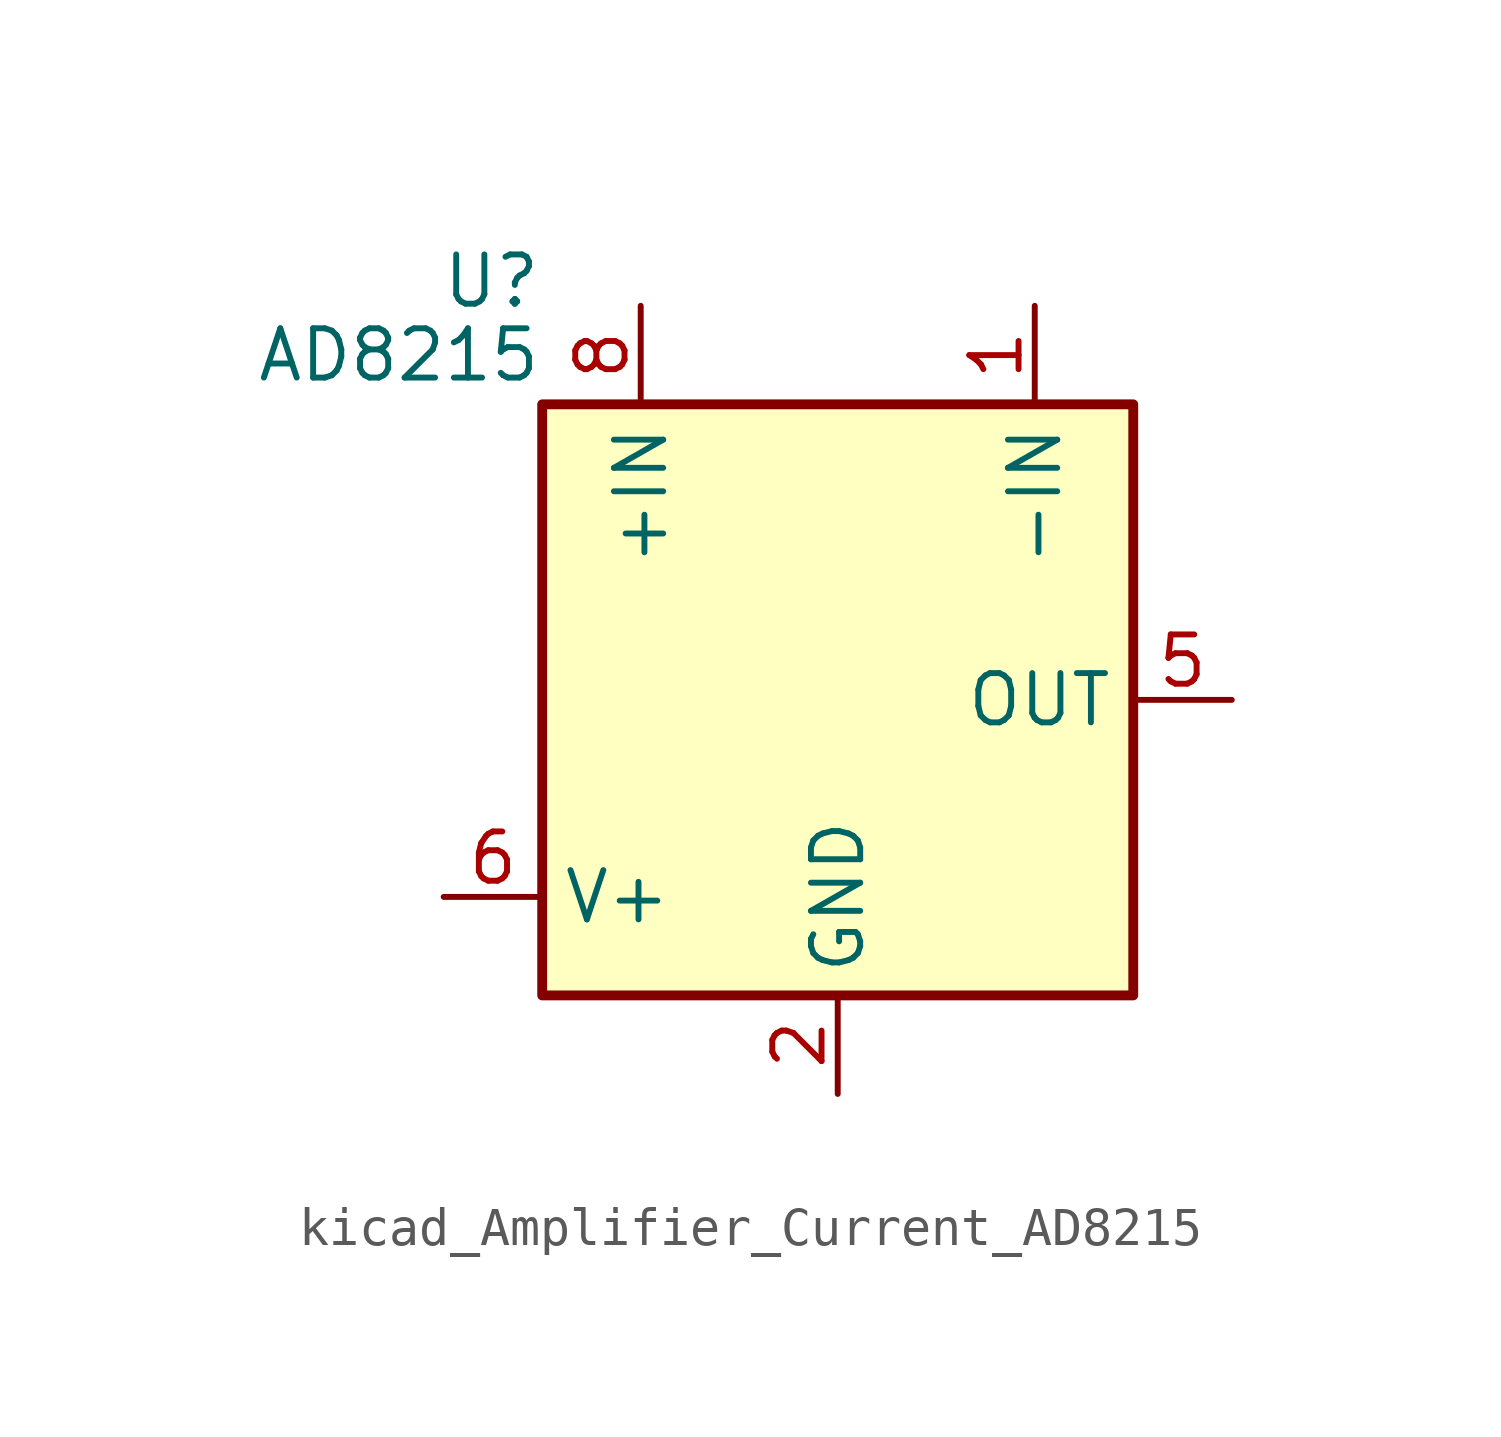
<source format=kicad_sym>
(kicad_symbol_lib
  (version 20220914)
  (generator kicad_symbol_editor)
  (symbol "kicad_Amplifier_Current_AD8215"
    (property "Reference" "U"
      (at -7.62 10.795 0)
      (effects (font (size 1.27 1.27)) (justify right)))
    (property "Value" "AD8215"
      (at -7.62 8.89 0)
      (effects (font (size 1.27 1.27)) (justify right)))
    (symbol "kicad_Amplifier_Current_AD8215_0_1"
      (rectangle (start -7.62 7.62) (end 7.62 -7.62) (stroke (width 0.254) (type default)) (fill (type background))))
    (symbol "kicad_Amplifier_Current_AD8215_1_1"
      (pin input line (at 5.08 10.16 270) (length 2.54) (name "-IN" (effects (font (size 1.27 1.27)))) (number "1" (effects (font (size 1.27 1.27)))))
      (pin power_in line (at 0 -10.16 90) (length 2.54) (name "GND" (effects (font (size 1.27 1.27)))) (number "2" (effects (font (size 1.27 1.27)))))
      (pin no_connect line (at -2.54 -7.62 90) (length 2.54) hide (name "NC" (effects (font (size 1.27 1.27)))) (number "3" (effects (font (size 1.27 1.27)))))
      (pin no_connect line (at 2.54 -7.62 90) (length 2.54) hide (name "NC" (effects (font (size 1.27 1.27)))) (number "4" (effects (font (size 1.27 1.27)))))
      (pin output line (at 10.16 0 180) (length 2.54) (name "OUT" (effects (font (size 1.27 1.27)))) (number "5" (effects (font (size 1.27 1.27)))))
      (pin power_in line (at -10.16 -5.08 0) (length 2.54) (name "V+" (effects (font (size 1.27 1.27)))) (number "6" (effects (font (size 1.27 1.27)))))
      (pin no_connect line (at 5.08 -7.62 90) (length 2.54) hide (name "NC" (effects (font (size 1.27 1.27)))) (number "7" (effects (font (size 1.27 1.27)))))
      (pin input line (at -5.08 10.16 270) (length 2.54) (name "+IN" (effects (font (size 1.27 1.27)))) (number "8" (effects (font (size 1.27 1.27))))))))
</source>
